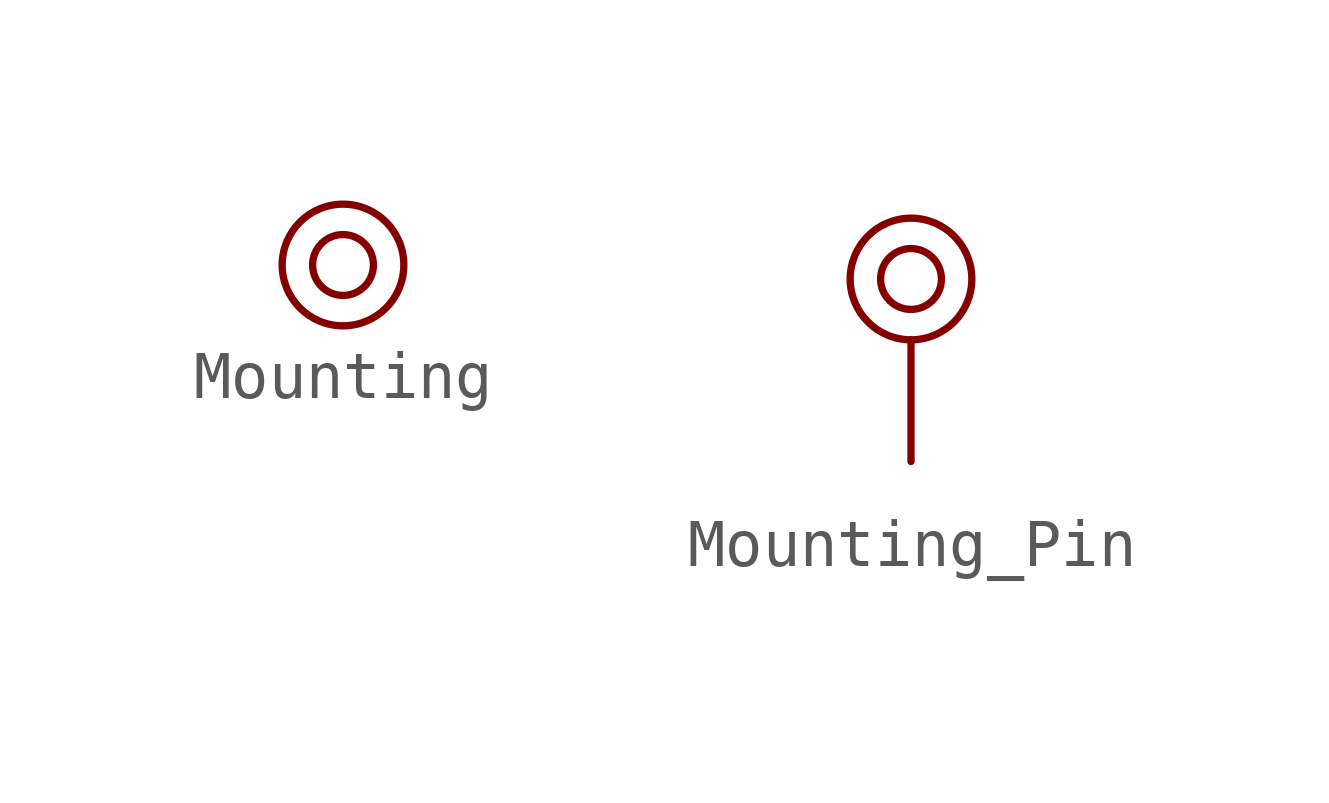
<source format=kicad_sym>
(kicad_symbol_lib
  (version 20231120)
  (generator "kicad_symbol_editor")
  (generator_version "8.0")
  (symbol "Mounting"
    (pin_names
      (offset 1.016) hide)
    (property "Reference" "M"
      (at 0 2.54 0)
      (effects (font (size 1.27 1.27)) (hide yes)))
    (symbol "Mounting_0_1"
      (circle (center 0 0) (radius 0.635) (stroke (width 0) (type solid)) (fill (type none)))
      (circle (center 0 0) (radius 1.27) (stroke (width 0) (type solid)) (fill (type none)))))
  (symbol "Mounting_Pin"
    (pin_numbers hide)
    (pin_names
      (offset 0) hide)
    (property "Reference" "M"
      (at 0 2.54 0)
      (effects (font (size 1.27 1.27)) (hide yes)))
    (symbol "Mounting_Pin_0_1"
      (circle (center 0 0) (radius 0.635) (stroke (width 0) (type solid)) (fill (type none)))
      (circle (center 0 0) (radius 1.27) (stroke (width 0) (type solid)) (fill (type none))))
    (symbol "Mounting_Pin_1_1"
      (pin passive line (at 0 -3.81 90) (length 2.54) (name "~" (effects (font (size 1.27 1.27)))) (number "1" (effects (font (size 1.27 1.27))))))))
</source>
